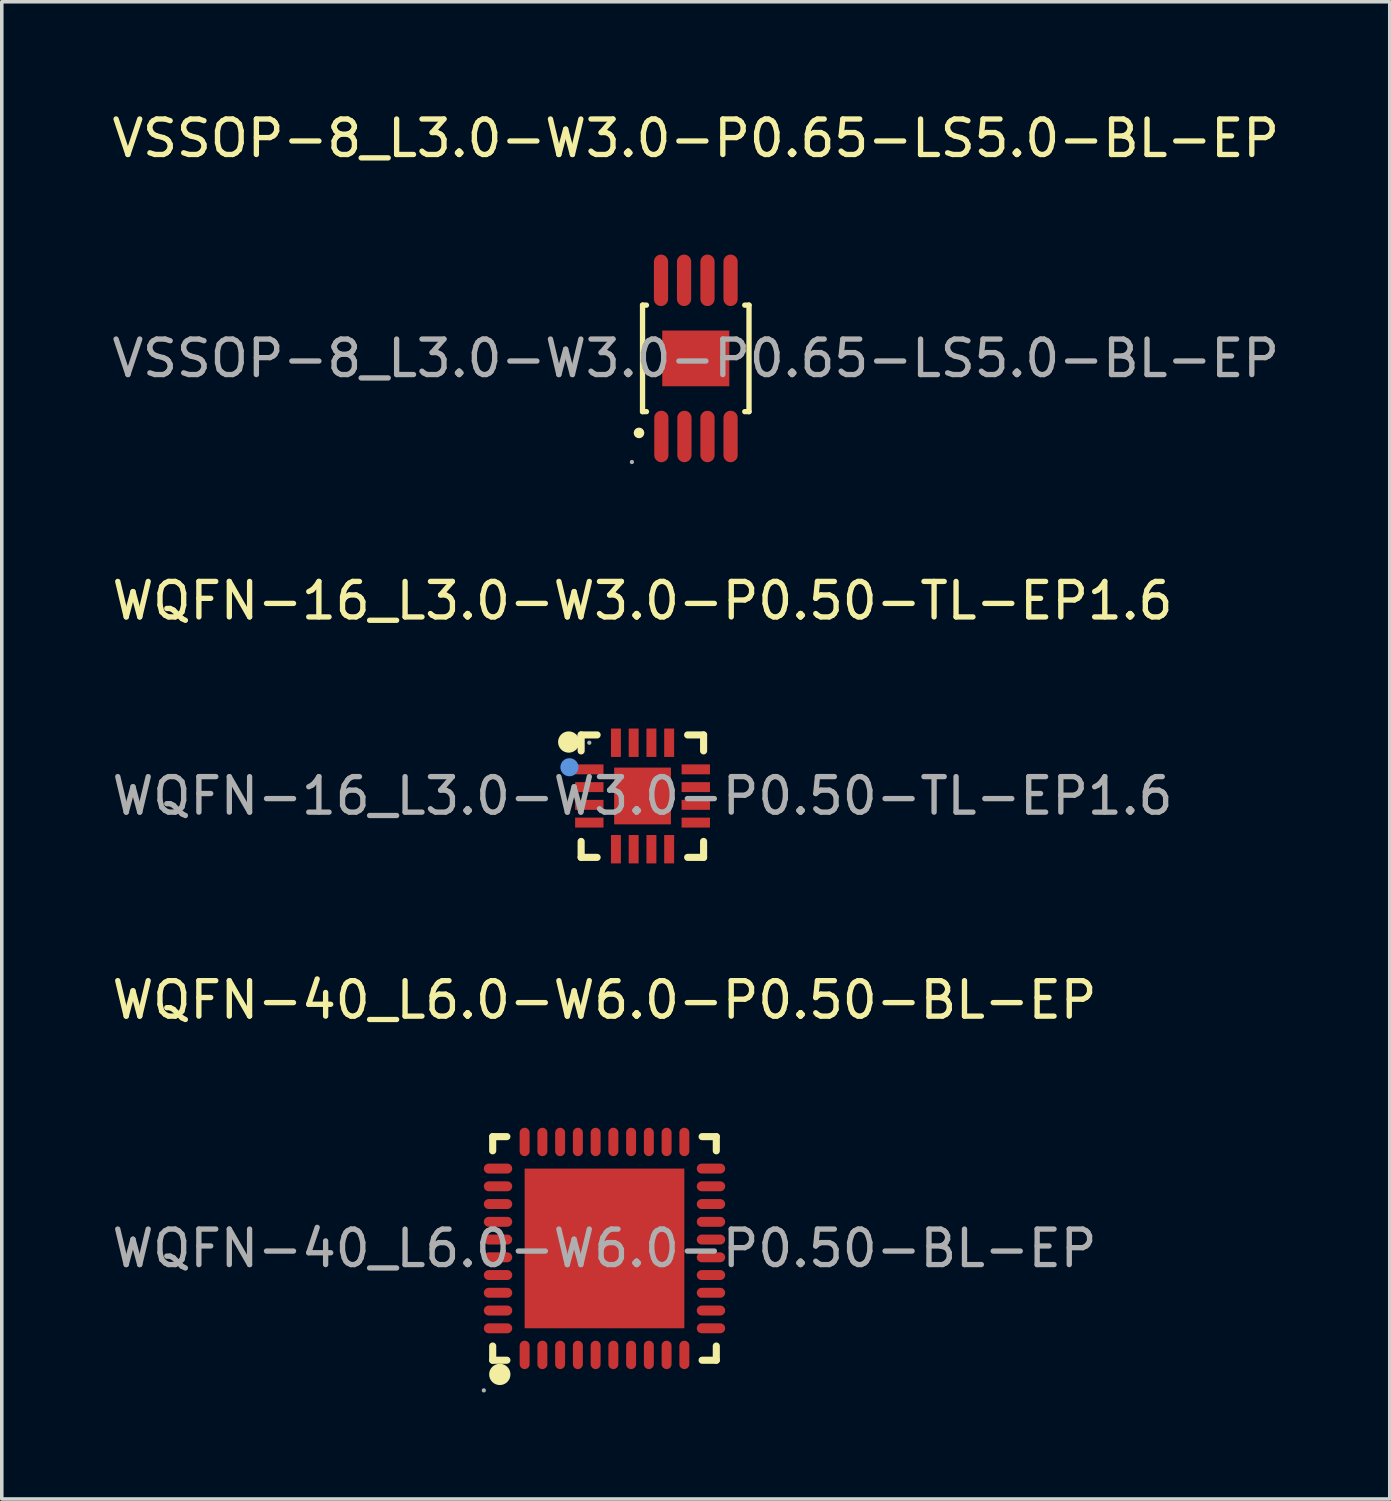
<source format=kicad_pcb>
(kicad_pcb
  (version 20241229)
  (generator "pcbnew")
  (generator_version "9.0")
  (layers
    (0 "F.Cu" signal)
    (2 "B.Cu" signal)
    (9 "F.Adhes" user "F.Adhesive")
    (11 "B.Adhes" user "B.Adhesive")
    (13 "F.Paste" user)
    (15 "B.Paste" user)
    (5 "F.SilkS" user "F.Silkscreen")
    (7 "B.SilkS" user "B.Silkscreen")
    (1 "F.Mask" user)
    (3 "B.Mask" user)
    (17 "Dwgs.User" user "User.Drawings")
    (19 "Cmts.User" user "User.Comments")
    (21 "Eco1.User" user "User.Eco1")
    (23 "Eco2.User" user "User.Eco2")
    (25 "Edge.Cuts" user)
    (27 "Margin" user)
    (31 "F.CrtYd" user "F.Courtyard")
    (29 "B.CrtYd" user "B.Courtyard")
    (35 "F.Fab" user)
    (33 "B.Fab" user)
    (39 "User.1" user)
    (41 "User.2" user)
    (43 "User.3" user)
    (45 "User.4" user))
  (footprint "WQFN-40_L6.0-W6.0-P0.50-BL-EP"
    (layer "F.Cu")
    (at 13.982 32.125)
    (property "Reference" "WQFN-40_L6.0-W6.0-P0.50-BL-EP" (at 0 -7 0) (layer "F.SilkS") (effects (font (size 1 1) (thickness 0.15))))
    (attr through_hole)
    (fp_line (start -3.15 -3.15) (end -2.75 -3.15) (stroke (width 0.2) (type solid)) (layer "F.SilkS"))
    (fp_line (start -3.15 -2.75) (end -3.15 -3.15) (stroke (width 0.2) (type solid)) (layer "F.SilkS"))
    (fp_line (start -3.15 3.15) (end -3.15 2.75) (stroke (width 0.2) (type solid)) (layer "F.SilkS"))
    (fp_line (start -2.75 3.15) (end -3.15 3.15) (stroke (width 0.2) (type solid)) (layer "F.SilkS"))
    (fp_line (start 3.15 -3.15) (end 2.75 -3.15) (stroke (width 0.2) (type solid)) (layer "F.SilkS"))
    (fp_line (start 3.15 -2.75) (end 3.15 -3.15) (stroke (width 0.2) (type solid)) (layer "F.SilkS"))
    (fp_line (start 3.15 2.75) (end 3.15 3.15) (stroke (width 0.2) (type solid)) (layer "F.SilkS"))
    (fp_line (start 3.15 3.15) (end 2.75 3.15) (stroke (width 0.2) (type solid)) (layer "F.SilkS"))
    (fp_arc (start -2.95 3.55) (mid -2.95 3.55) (end -2.95 3.55) (stroke (width 0.3) (type solid)) (layer "F.SilkS"))
    (fp_circle (center -3.4 4) (end -3.37 4) (stroke (width 0.06) (type solid)) (fill no) (layer "F.Fab"))
    (fp_text user "${REFERENCE}" (at 0 0 0) (layer "F.Fab") (effects (font (size 1 1) (thickness 0.15))))
    (pad "1" smd oval (at -2.25 3 180) (size 0.28 0.8) (layers "F.Cu" "F.Mask" "F.Paste"))
    (pad "2" smd oval (at -1.75 3 180) (size 0.28 0.8) (layers "F.Cu" "F.Mask" "F.Paste"))
    (pad "3" smd oval (at -1.25 3 180) (size 0.28 0.8) (layers "F.Cu" "F.Mask" "F.Paste"))
    (pad "4" smd oval (at -0.75 3 180) (size 0.28 0.8) (layers "F.Cu" "F.Mask" "F.Paste"))
    (pad "5" smd oval (at -0.25 3 180) (size 0.28 0.8) (layers "F.Cu" "F.Mask" "F.Paste"))
    (pad "6" smd oval (at 0.25 3 180) (size 0.28 0.8) (layers "F.Cu" "F.Mask" "F.Paste"))
    (pad "7" smd oval (at 0.75 3 180) (size 0.28 0.8) (layers "F.Cu" "F.Mask" "F.Paste"))
    (pad "8" smd oval (at 1.25 3 180) (size 0.28 0.8) (layers "F.Cu" "F.Mask" "F.Paste"))
    (pad "9" smd oval (at 1.75 3 180) (size 0.28 0.8) (layers "F.Cu" "F.Mask" "F.Paste"))
    (pad "10" smd oval (at 2.25 3 180) (size 0.28 0.8) (layers "F.Cu" "F.Mask" "F.Paste"))
    (pad "11" smd oval (at 3 2.25 90) (size 0.28 0.8) (layers "F.Cu" "F.Mask" "F.Paste"))
    (pad "12" smd oval (at 3 1.75 90) (size 0.28 0.8) (layers "F.Cu" "F.Mask" "F.Paste"))
    (pad "13" smd oval (at 3 1.25 90) (size 0.28 0.8) (layers "F.Cu" "F.Mask" "F.Paste"))
    (pad "14" smd oval (at 3 0.75 90) (size 0.28 0.8) (layers "F.Cu" "F.Mask" "F.Paste"))
    (pad "15" smd oval (at 3 0.25 90) (size 0.28 0.8) (layers "F.Cu" "F.Mask" "F.Paste"))
    (pad "16" smd oval (at 3 -0.25 90) (size 0.28 0.8) (layers "F.Cu" "F.Mask" "F.Paste"))
    (pad "17" smd oval (at 3 -0.75 90) (size 0.28 0.8) (layers "F.Cu" "F.Mask" "F.Paste"))
    (pad "18" smd oval (at 3 -1.25 90) (size 0.28 0.8) (layers "F.Cu" "F.Mask" "F.Paste"))
    (pad "19" smd oval (at 3 -1.75 90) (size 0.28 0.8) (layers "F.Cu" "F.Mask" "F.Paste"))
    (pad "20" smd oval (at 3 -2.25 90) (size 0.28 0.8) (layers "F.Cu" "F.Mask" "F.Paste"))
    (pad "21" smd oval (at 2.25 -3 180) (size 0.28 0.8) (layers "F.Cu" "F.Mask" "F.Paste"))
    (pad "22" smd oval (at 1.75 -3 180) (size 0.28 0.8) (layers "F.Cu" "F.Mask" "F.Paste"))
    (pad "23" smd oval (at 1.25 -3 180) (size 0.28 0.8) (layers "F.Cu" "F.Mask" "F.Paste"))
    (pad "24" smd oval (at 0.75 -3 180) (size 0.28 0.8) (layers "F.Cu" "F.Mask" "F.Paste"))
    (pad "25" smd oval (at 0.25 -3 180) (size 0.28 0.8) (layers "F.Cu" "F.Mask" "F.Paste"))
    (pad "26" smd oval (at -0.25 -3 180) (size 0.28 0.8) (layers "F.Cu" "F.Mask" "F.Paste"))
    (pad "27" smd oval (at -0.75 -3 180) (size 0.28 0.8) (layers "F.Cu" "F.Mask" "F.Paste"))
    (pad "28" smd oval (at -1.25 -3 180) (size 0.28 0.8) (layers "F.Cu" "F.Mask" "F.Paste"))
    (pad "29" smd oval (at -1.75 -3 180) (size 0.28 0.8) (layers "F.Cu" "F.Mask" "F.Paste"))
    (pad "30" smd oval (at -2.25 -3 180) (size 0.28 0.8) (layers "F.Cu" "F.Mask" "F.Paste"))
    (pad "31" smd oval (at -3 -2.25 90) (size 0.28 0.8) (layers "F.Cu" "F.Mask" "F.Paste"))
    (pad "32" smd oval (at -3 -1.75 90) (size 0.28 0.8) (layers "F.Cu" "F.Mask" "F.Paste"))
    (pad "33" smd oval (at -3 -1.25 90) (size 0.28 0.8) (layers "F.Cu" "F.Mask" "F.Paste"))
    (pad "34" smd oval (at -3 -0.75 90) (size 0.28 0.8) (layers "F.Cu" "F.Mask" "F.Paste"))
    (pad "35" smd oval (at -3 -0.25 90) (size 0.28 0.8) (layers "F.Cu" "F.Mask" "F.Paste"))
    (pad "36" smd oval (at -3 0.25 90) (size 0.28 0.8) (layers "F.Cu" "F.Mask" "F.Paste"))
    (pad "37" smd oval (at -3 0.75 90) (size 0.28 0.8) (layers "F.Cu" "F.Mask" "F.Paste"))
    (pad "38" smd oval (at -3 1.25 90) (size 0.28 0.8) (layers "F.Cu" "F.Mask" "F.Paste"))
    (pad "39" smd oval (at -3 1.75 90) (size 0.28 0.8) (layers "F.Cu" "F.Mask" "F.Paste"))
    (pad "40" smd oval (at -3 2.25 90) (size 0.28 0.8) (layers "F.Cu" "F.Mask" "F.Paste"))
    (pad "41" smd rect (at 0 0 90) (size 4.5 4.5) (layers "F.Cu" "F.Mask" "F.Paste")))
  (footprint "WQFN-16_L3.0-W3.0-P0.50-TL-EP1.6"
    (layer "F.Cu")
    (at 15.054 19.377)
    (property "Reference" "WQFN-16_L3.0-W3.0-P0.50-TL-EP1.6" (at 0 -5.5 0) (layer "F.SilkS") (effects (font (size 1 1) (thickness 0.15))))
    (attr through_hole)
    (fp_line (start -1.73 -1.72) (end -1.28 -1.72) (stroke (width 0.2) (type solid)) (layer "F.SilkS"))
    (fp_line (start -1.73 -1.27) (end -1.73 -1.72) (stroke (width 0.2) (type solid)) (layer "F.SilkS"))
    (fp_line (start -1.73 1.73) (end -1.73 1.28) (stroke (width 0.2) (type solid)) (layer "F.SilkS"))
    (fp_line (start -1.28 1.73) (end -1.73 1.73) (stroke (width 0.2) (type solid)) (layer "F.SilkS"))
    (fp_line (start 1.27 -1.72) (end 1.72 -1.72) (stroke (width 0.2) (type solid)) (layer "F.SilkS"))
    (fp_line (start 1.27 1.73) (end 1.72 1.73) (stroke (width 0.2) (type solid)) (layer "F.SilkS"))
    (fp_line (start 1.72 -1.72) (end 1.72 -1.27) (stroke (width 0.2) (type solid)) (layer "F.SilkS"))
    (fp_line (start 1.72 1.73) (end 1.72 1.28) (stroke (width 0.2) (type solid)) (layer "F.SilkS"))
    (fp_arc (start -2.08 -1.52) (mid -2.08 -1.52) (end -2.08 -1.52) (stroke (width 0.3) (type solid)) (layer "F.SilkS"))
    (fp_circle (center -2.06 -0.81) (end -1.93 -0.81) (stroke (width 0.25) (type solid)) (fill no) (layer "Cmts.User"))
    (fp_circle (center -1.5 -1.5) (end -1.47 -1.5) (stroke (width 0.06) (type solid)) (fill no) (layer "F.Fab"))
    (fp_text user "${REFERENCE}" (at 0 0 0) (layer "F.Fab") (effects (font (size 1 1) (thickness 0.15))))
    (pad "1" smd rect (at -1.5 -0.75 90) (size 0.28 0.8) (layers "F.Cu" "F.Mask" "F.Paste"))
    (pad "2" smd rect (at -1.5 -0.25 90) (size 0.28 0.8) (layers "F.Cu" "F.Mask" "F.Paste"))
    (pad "3" smd rect (at -1.5 0.25 90) (size 0.28 0.8) (layers "F.Cu" "F.Mask" "F.Paste"))
    (pad "4" smd rect (at -1.5 0.75 90) (size 0.28 0.8) (layers "F.Cu" "F.Mask" "F.Paste"))
    (pad "5" smd rect (at -0.75 1.5) (size 0.28 0.8) (layers "F.Cu" "F.Mask" "F.Paste"))
    (pad "6" smd rect (at -0.25 1.5) (size 0.28 0.8) (layers "F.Cu" "F.Mask" "F.Paste"))
    (pad "7" smd rect (at 0.25 1.5) (size 0.28 0.8) (layers "F.Cu" "F.Mask" "F.Paste"))
    (pad "8" smd rect (at 0.75 1.5) (size 0.28 0.8) (layers "F.Cu" "F.Mask" "F.Paste"))
    (pad "9" smd rect (at 1.5 0.75 90) (size 0.28 0.8) (layers "F.Cu" "F.Mask" "F.Paste"))
    (pad "10" smd rect (at 1.5 0.25 90) (size 0.28 0.8) (layers "F.Cu" "F.Mask" "F.Paste"))
    (pad "11" smd rect (at 1.5 -0.25 90) (size 0.28 0.8) (layers "F.Cu" "F.Mask" "F.Paste"))
    (pad "12" smd rect (at 1.5 -0.75 90) (size 0.28 0.8) (layers "F.Cu" "F.Mask" "F.Paste"))
    (pad "13" smd rect (at 0.75 -1.5) (size 0.28 0.8) (layers "F.Cu" "F.Mask" "F.Paste"))
    (pad "14" smd rect (at 0.25 -1.5) (size 0.28 0.8) (layers "F.Cu" "F.Mask" "F.Paste"))
    (pad "15" smd rect (at -0.25 -1.5) (size 0.28 0.8) (layers "F.Cu" "F.Mask" "F.Paste"))
    (pad "16" smd rect (at -0.75 -1.5) (size 0.28 0.8) (layers "F.Cu" "F.Mask" "F.Paste"))
    (pad "17" smd rect (at 0 0) (size 1.6 1.6) (layers "F.Cu" "F.Mask" "F.Paste")))
  (footprint "VSSOP-8_L3.0-W3.0-P0.65-LS5.0-BL-EP"
    (layer "F.Cu")
    (at 16.554 7.048)
    (property "Reference" "VSSOP-8_L3.0-W3.0-P0.65-LS5.0-BL-EP" (at 0 -6.2 0) (layer "F.SilkS") (effects (font (size 1 1) (thickness 0.15))))
    (attr through_hole)
    (fp_line (start -1.5 -1.5) (end -1.39 -1.5) (stroke (width 0.15) (type solid)) (layer "F.SilkS"))
    (fp_line (start -1.5 1.5) (end -1.5 -1.5) (stroke (width 0.15) (type solid)) (layer "F.SilkS"))
    (fp_line (start -1.39 1.5) (end -1.5 1.5) (stroke (width 0.15) (type solid)) (layer "F.SilkS"))
    (fp_line (start 1.38 -1.5) (end 1.5 -1.5) (stroke (width 0.15) (type solid)) (layer "F.SilkS"))
    (fp_line (start 1.5 -1.5) (end 1.5 1.5) (stroke (width 0.15) (type solid)) (layer "F.SilkS"))
    (fp_line (start 1.5 1.5) (end 1.38 1.5) (stroke (width 0.15) (type solid)) (layer "F.SilkS"))
    (fp_arc (start -1.6 2.1) (mid -1.6 2.1) (end -1.6 2.1) (stroke (width 0.15) (type solid)) (layer "F.SilkS"))
    (fp_circle (center -1.8 2.92) (end -1.77 2.92) (stroke (width 0.06) (type solid)) (fill no) (layer "F.Fab"))
    (fp_text user "${REFERENCE}" (at 0 0 0) (layer "F.Fab") (effects (font (size 1 1) (thickness 0.15))))
    (pad "1" smd oval (at -0.97 2.2 270) (size 1.45 0.4) (layers "F.Cu" "F.Mask" "F.Paste"))
    (pad "2" smd oval (at -0.32 2.2 270) (size 1.45 0.4) (layers "F.Cu" "F.Mask" "F.Paste"))
    (pad "3" smd oval (at 0.33 2.2 270) (size 1.45 0.4) (layers "F.Cu" "F.Mask" "F.Paste"))
    (pad "4" smd oval (at 0.98 2.2 270) (size 1.45 0.4) (layers "F.Cu" "F.Mask" "F.Paste"))
    (pad "5" smd oval (at 0.98 -2.2 270) (size 1.45 0.4) (layers "F.Cu" "F.Mask" "F.Paste"))
    (pad "6" smd oval (at 0.33 -2.2 270) (size 1.45 0.4) (layers "F.Cu" "F.Mask" "F.Paste"))
    (pad "7" smd oval (at -0.33 -2.2 270) (size 1.45 0.4) (layers "F.Cu" "F.Mask" "F.Paste"))
    (pad "8" smd oval (at -0.98 -2.2 270) (size 1.45 0.4) (layers "F.Cu" "F.Mask" "F.Paste"))
    (pad "9" smd rect (at 0 0) (size 1.89 1.57) (layers "F.Cu" "F.Mask" "F.Paste")))
  (gr_rect
    (start -3 -3)
    (end 36.107 39.185)
    (stroke (width 0.1) (type default))
    (fill no)
    (layer "Edge.Cuts")))
</source>
